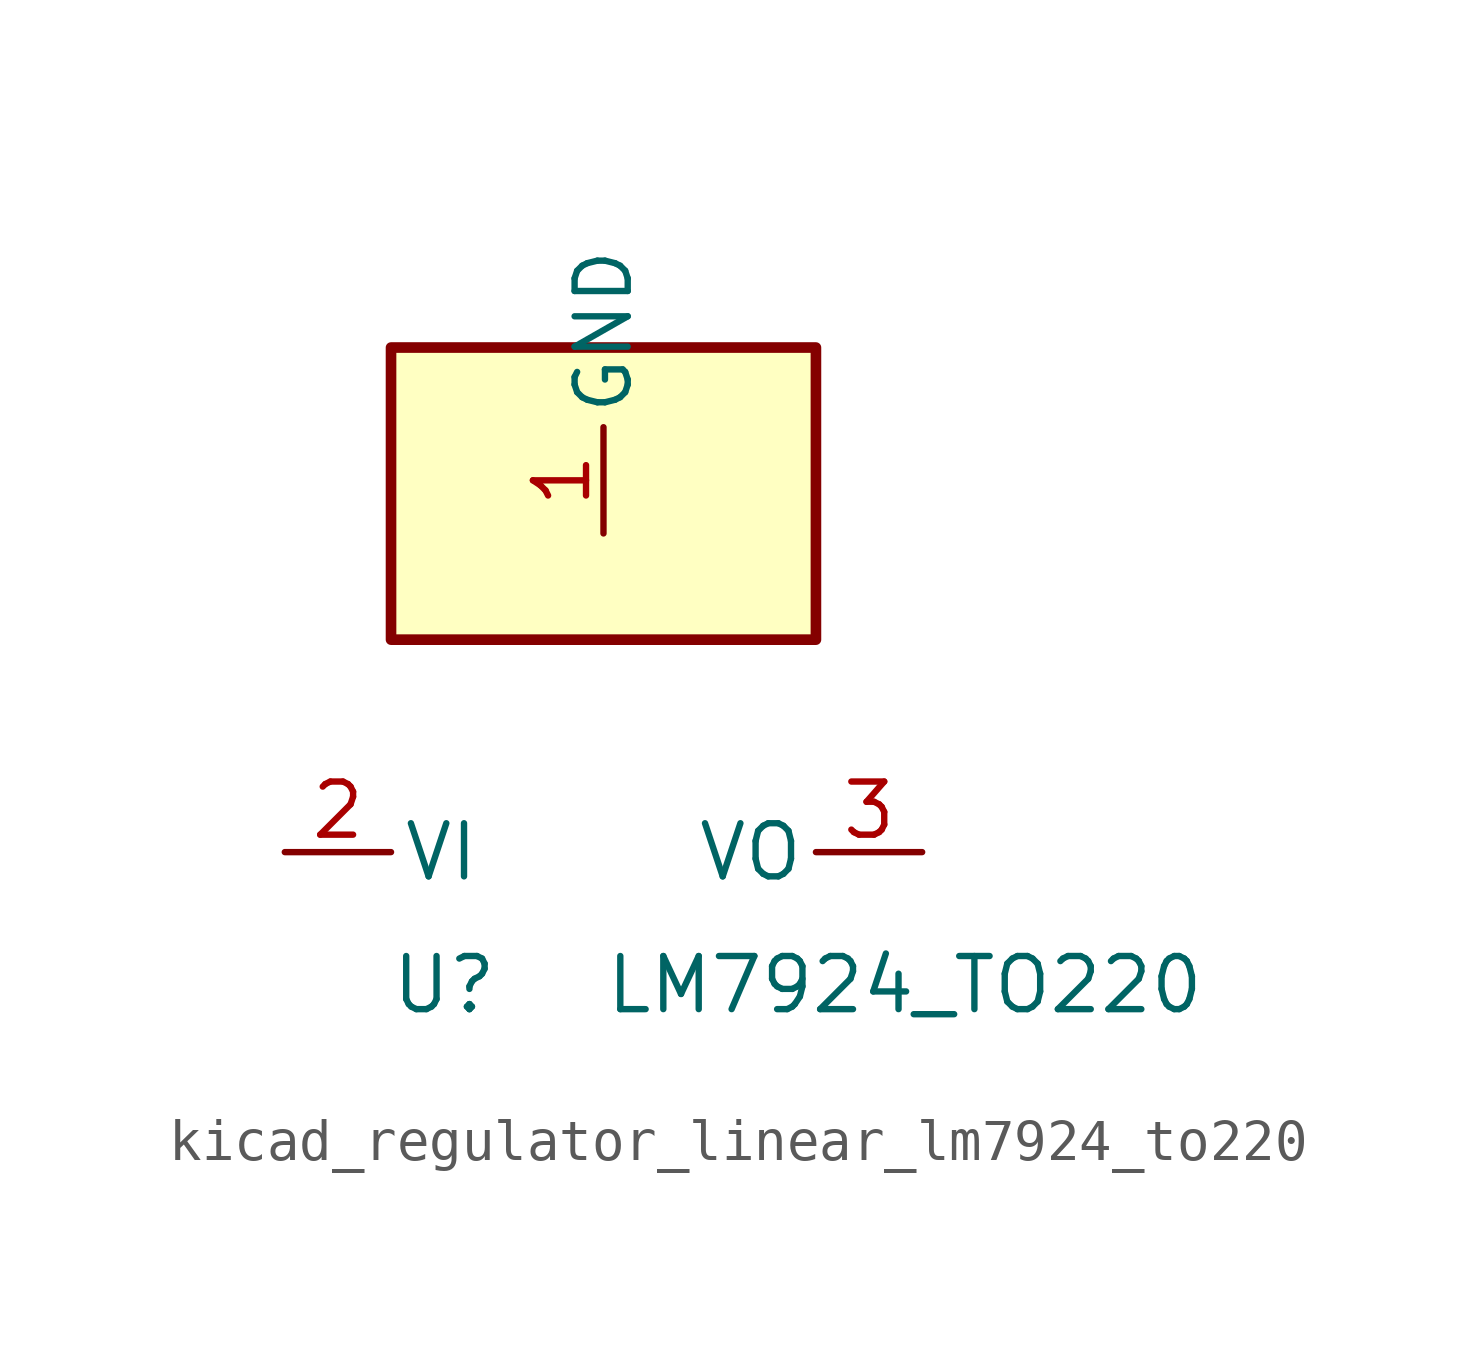
<source format=kicad_sym>
(kicad_symbol_lib
  (version 20220914)
  (generator kicad_symbol_editor)
  (symbol "kicad_regulator_linear_lm7924_to220"
    (pin_names
      (offset 0.254))
    (property "Reference" "U"
      (at -3.81 -3.175 0)
      (effects (font (size 1.27 1.27))))
    (property "Value" "LM7924_TO220"
      (at 0 -3.175 0)
      (effects (font (size 1.27 1.27)) (justify left)))
    (symbol "kicad_regulator_linear_lm7924_to220_0_1"
      (rectangle (start 5.08 12.065) (end -5.08 5.08) (stroke (width 0.254) (type default)) (fill (type background))))
    (symbol "kicad_regulator_linear_lm7924_to220_1_1"
      (pin power_in line (at 0 7.62 90) (length 2.54) (name "GND" (effects (font (size 1.27 1.27)))) (number "1" (effects (font (size 1.27 1.27)))))
      (pin power_in line (at -7.62 0 0) (length 2.54) (name "VI" (effects (font (size 1.27 1.27)))) (number "2" (effects (font (size 1.27 1.27)))))
      (pin power_out line (at 7.62 0 180) (length 2.54) (name "VO" (effects (font (size 1.27 1.27)))) (number "3" (effects (font (size 1.27 1.27))))))))
</source>
